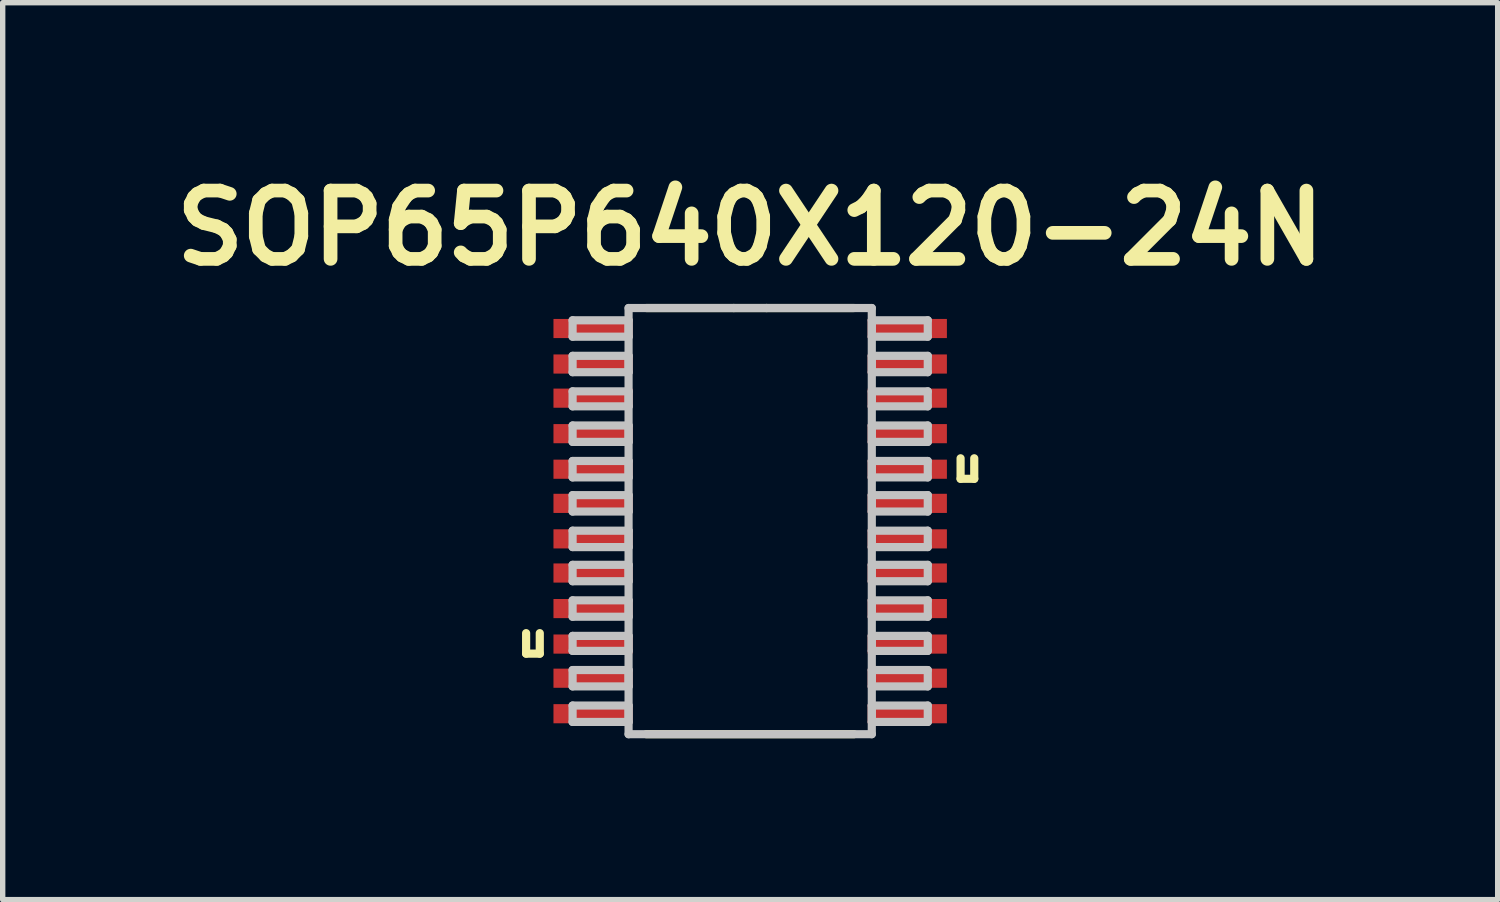
<source format=kicad_pcb>
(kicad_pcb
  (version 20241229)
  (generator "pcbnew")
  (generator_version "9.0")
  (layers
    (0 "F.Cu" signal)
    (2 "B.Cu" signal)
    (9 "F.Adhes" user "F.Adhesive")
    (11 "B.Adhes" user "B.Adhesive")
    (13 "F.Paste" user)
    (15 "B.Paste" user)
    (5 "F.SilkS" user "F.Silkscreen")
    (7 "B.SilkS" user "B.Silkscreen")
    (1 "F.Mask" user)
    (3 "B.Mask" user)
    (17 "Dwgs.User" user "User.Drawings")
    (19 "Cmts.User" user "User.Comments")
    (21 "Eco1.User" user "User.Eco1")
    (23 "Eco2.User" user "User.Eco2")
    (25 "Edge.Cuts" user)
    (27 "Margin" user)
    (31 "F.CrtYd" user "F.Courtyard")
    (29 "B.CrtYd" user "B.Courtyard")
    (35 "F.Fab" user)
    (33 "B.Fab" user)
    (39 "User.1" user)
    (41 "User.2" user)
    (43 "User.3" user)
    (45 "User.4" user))
  (footprint "SOP65P640X120-24N"
    (layer "F.Cu")
    (at 10.898 6.639)
    (property "Reference" "SOP65P640X120-24N" (at 0 -5.45 0) (layer "F.SilkS") (effects (font (size 1.27 1.27) (thickness 0.254))))
    (attr smd)
    (fp_line (start -4.166 2.083) (end -4.166 2.464) (stroke (width 0.152) (type solid)) (layer "F.SilkS"))
    (fp_line (start -4.166 2.464) (end -3.912 2.464) (stroke (width 0.152) (type solid)) (layer "F.SilkS"))
    (fp_line (start -3.912 2.464) (end -3.912 2.083) (stroke (width 0.152) (type solid)) (layer "F.SilkS"))
    (fp_line (start -1.93 3.962) (end 1.93 3.962) (stroke (width 0.152) (type solid)) (layer "F.SilkS"))
    (fp_line (start -0.305 -3.962) (end -1.93 -3.962) (stroke (width 0.152) (type solid)) (layer "F.SilkS"))
    (fp_line (start 0.305 -3.962) (end -0.305 -3.962) (stroke (width 0.152) (type solid)) (layer "F.SilkS"))
    (fp_line (start 1.93 -3.962) (end 0.305 -3.962) (stroke (width 0.152) (type solid)) (layer "F.SilkS"))
    (fp_line (start 3.912 -0.787) (end 3.912 -1.168) (stroke (width 0.152) (type solid)) (layer "F.SilkS"))
    (fp_line (start 4.166 -1.168) (end 4.166 -0.787) (stroke (width 0.152) (type solid)) (layer "F.SilkS"))
    (fp_line (start 4.166 -0.787) (end 3.912 -0.787) (stroke (width 0.152) (type solid)) (layer "F.SilkS"))
    (fp_line (start -3.302 -3.734) (end -3.302 -3.429) (stroke (width 0.152) (type solid)) (layer "Dwgs.User"))
    (fp_line (start -3.302 -3.429) (end -2.261 -3.429) (stroke (width 0.152) (type solid)) (layer "Dwgs.User"))
    (fp_line (start -3.302 -3.073) (end -3.302 -2.769) (stroke (width 0.152) (type solid)) (layer "Dwgs.User"))
    (fp_line (start -3.302 -2.769) (end -2.261 -2.769) (stroke (width 0.152) (type solid)) (layer "Dwgs.User"))
    (fp_line (start -3.302 -2.413) (end -3.302 -2.134) (stroke (width 0.152) (type solid)) (layer "Dwgs.User"))
    (fp_line (start -3.302 -2.134) (end -2.261 -2.134) (stroke (width 0.152) (type solid)) (layer "Dwgs.User"))
    (fp_line (start -3.302 -1.778) (end -3.302 -1.473) (stroke (width 0.152) (type solid)) (layer "Dwgs.User"))
    (fp_line (start -3.302 -1.473) (end -2.261 -1.473) (stroke (width 0.152) (type solid)) (layer "Dwgs.User"))
    (fp_line (start -3.302 -1.118) (end -3.302 -0.813) (stroke (width 0.152) (type solid)) (layer "Dwgs.User"))
    (fp_line (start -3.302 -0.813) (end -2.261 -0.813) (stroke (width 0.152) (type solid)) (layer "Dwgs.User"))
    (fp_line (start -3.302 -0.483) (end -3.302 -0.178) (stroke (width 0.152) (type solid)) (layer "Dwgs.User"))
    (fp_line (start -3.302 -0.178) (end -2.261 -0.178) (stroke (width 0.152) (type solid)) (layer "Dwgs.User"))
    (fp_line (start -3.302 0.178) (end -3.302 0.483) (stroke (width 0.152) (type solid)) (layer "Dwgs.User"))
    (fp_line (start -3.302 0.483) (end -2.261 0.483) (stroke (width 0.152) (type solid)) (layer "Dwgs.User"))
    (fp_line (start -3.302 0.813) (end -3.302 1.118) (stroke (width 0.152) (type solid)) (layer "Dwgs.User"))
    (fp_line (start -3.302 1.118) (end -2.261 1.118) (stroke (width 0.152) (type solid)) (layer "Dwgs.User"))
    (fp_line (start -3.302 1.473) (end -3.302 1.778) (stroke (width 0.152) (type solid)) (layer "Dwgs.User"))
    (fp_line (start -3.302 1.778) (end -2.261 1.778) (stroke (width 0.152) (type solid)) (layer "Dwgs.User"))
    (fp_line (start -3.302 2.134) (end -3.302 2.413) (stroke (width 0.152) (type solid)) (layer "Dwgs.User"))
    (fp_line (start -3.302 2.413) (end -2.261 2.413) (stroke (width 0.152) (type solid)) (layer "Dwgs.User"))
    (fp_line (start -3.302 2.769) (end -3.302 3.073) (stroke (width 0.152) (type solid)) (layer "Dwgs.User"))
    (fp_line (start -3.302 3.073) (end -2.261 3.073) (stroke (width 0.152) (type solid)) (layer "Dwgs.User"))
    (fp_line (start -3.302 3.429) (end -3.302 3.734) (stroke (width 0.152) (type solid)) (layer "Dwgs.User"))
    (fp_line (start -3.302 3.734) (end -2.261 3.734) (stroke (width 0.152) (type solid)) (layer "Dwgs.User"))
    (fp_line (start -2.261 -3.962) (end -2.261 3.962) (stroke (width 0.152) (type solid)) (layer "Dwgs.User"))
    (fp_line (start -2.261 -3.734) (end -3.302 -3.734) (stroke (width 0.152) (type solid)) (layer "Dwgs.User"))
    (fp_line (start -2.261 -3.429) (end -2.261 -3.734) (stroke (width 0.152) (type solid)) (layer "Dwgs.User"))
    (fp_line (start -2.261 -3.073) (end -3.302 -3.073) (stroke (width 0.152) (type solid)) (layer "Dwgs.User"))
    (fp_line (start -2.261 -2.769) (end -2.261 -3.073) (stroke (width 0.152) (type solid)) (layer "Dwgs.User"))
    (fp_line (start -2.261 -2.413) (end -3.302 -2.413) (stroke (width 0.152) (type solid)) (layer "Dwgs.User"))
    (fp_line (start -2.261 -2.134) (end -2.261 -2.413) (stroke (width 0.152) (type solid)) (layer "Dwgs.User"))
    (fp_line (start -2.261 -1.778) (end -3.302 -1.778) (stroke (width 0.152) (type solid)) (layer "Dwgs.User"))
    (fp_line (start -2.261 -1.473) (end -2.261 -1.778) (stroke (width 0.152) (type solid)) (layer "Dwgs.User"))
    (fp_line (start -2.261 -1.118) (end -3.302 -1.118) (stroke (width 0.152) (type solid)) (layer "Dwgs.User"))
    (fp_line (start -2.261 -0.813) (end -2.261 -1.118) (stroke (width 0.152) (type solid)) (layer "Dwgs.User"))
    (fp_line (start -2.261 -0.483) (end -3.302 -0.483) (stroke (width 0.152) (type solid)) (layer "Dwgs.User"))
    (fp_line (start -2.261 -0.178) (end -2.261 -0.483) (stroke (width 0.152) (type solid)) (layer "Dwgs.User"))
    (fp_line (start -2.261 0.178) (end -3.302 0.178) (stroke (width 0.152) (type solid)) (layer "Dwgs.User"))
    (fp_line (start -2.261 0.483) (end -2.261 0.178) (stroke (width 0.152) (type solid)) (layer "Dwgs.User"))
    (fp_line (start -2.261 0.813) (end -3.302 0.813) (stroke (width 0.152) (type solid)) (layer "Dwgs.User"))
    (fp_line (start -2.261 1.118) (end -2.261 0.813) (stroke (width 0.152) (type solid)) (layer "Dwgs.User"))
    (fp_line (start -2.261 1.473) (end -3.302 1.473) (stroke (width 0.152) (type solid)) (layer "Dwgs.User"))
    (fp_line (start -2.261 1.778) (end -2.261 1.473) (stroke (width 0.152) (type solid)) (layer "Dwgs.User"))
    (fp_line (start -2.261 2.134) (end -3.302 2.134) (stroke (width 0.152) (type solid)) (layer "Dwgs.User"))
    (fp_line (start -2.261 2.413) (end -2.261 2.134) (stroke (width 0.152) (type solid)) (layer "Dwgs.User"))
    (fp_line (start -2.261 2.769) (end -3.302 2.769) (stroke (width 0.152) (type solid)) (layer "Dwgs.User"))
    (fp_line (start -2.261 3.073) (end -2.261 2.769) (stroke (width 0.152) (type solid)) (layer "Dwgs.User"))
    (fp_line (start -2.261 3.429) (end -3.302 3.429) (stroke (width 0.152) (type solid)) (layer "Dwgs.User"))
    (fp_line (start -2.261 3.734) (end -2.261 3.429) (stroke (width 0.152) (type solid)) (layer "Dwgs.User"))
    (fp_line (start -2.261 3.962) (end 2.261 3.962) (stroke (width 0.152) (type solid)) (layer "Dwgs.User"))
    (fp_line (start -0.305 -3.962) (end -2.261 -3.962) (stroke (width 0.152) (type solid)) (layer "Dwgs.User"))
    (fp_line (start 0.305 -3.962) (end -0.305 -3.962) (stroke (width 0.152) (type solid)) (layer "Dwgs.User"))
    (fp_line (start 2.261 -3.962) (end 0.305 -3.962) (stroke (width 0.152) (type solid)) (layer "Dwgs.User"))
    (fp_line (start 2.261 -3.734) (end 2.261 -3.429) (stroke (width 0.152) (type solid)) (layer "Dwgs.User"))
    (fp_line (start 2.261 -3.429) (end 3.302 -3.429) (stroke (width 0.152) (type solid)) (layer "Dwgs.User"))
    (fp_line (start 2.261 -3.073) (end 2.261 -2.769) (stroke (width 0.152) (type solid)) (layer "Dwgs.User"))
    (fp_line (start 2.261 -2.769) (end 3.302 -2.769) (stroke (width 0.152) (type solid)) (layer "Dwgs.User"))
    (fp_line (start 2.261 -2.413) (end 2.261 -2.134) (stroke (width 0.152) (type solid)) (layer "Dwgs.User"))
    (fp_line (start 2.261 -2.134) (end 3.302 -2.134) (stroke (width 0.152) (type solid)) (layer "Dwgs.User"))
    (fp_line (start 2.261 -1.778) (end 2.261 -1.473) (stroke (width 0.152) (type solid)) (layer "Dwgs.User"))
    (fp_line (start 2.261 -1.473) (end 3.302 -1.473) (stroke (width 0.152) (type solid)) (layer "Dwgs.User"))
    (fp_line (start 2.261 -1.118) (end 2.261 -0.813) (stroke (width 0.152) (type solid)) (layer "Dwgs.User"))
    (fp_line (start 2.261 -0.813) (end 3.302 -0.813) (stroke (width 0.152) (type solid)) (layer "Dwgs.User"))
    (fp_line (start 2.261 -0.483) (end 2.261 -0.178) (stroke (width 0.152) (type solid)) (layer "Dwgs.User"))
    (fp_line (start 2.261 -0.178) (end 3.302 -0.178) (stroke (width 0.152) (type solid)) (layer "Dwgs.User"))
    (fp_line (start 2.261 0.178) (end 2.261 0.483) (stroke (width 0.152) (type solid)) (layer "Dwgs.User"))
    (fp_line (start 2.261 0.483) (end 3.302 0.483) (stroke (width 0.152) (type solid)) (layer "Dwgs.User"))
    (fp_line (start 2.261 0.813) (end 2.261 1.118) (stroke (width 0.152) (type solid)) (layer "Dwgs.User"))
    (fp_line (start 2.261 1.118) (end 3.302 1.118) (stroke (width 0.152) (type solid)) (layer "Dwgs.User"))
    (fp_line (start 2.261 1.473) (end 2.261 1.778) (stroke (width 0.152) (type solid)) (layer "Dwgs.User"))
    (fp_line (start 2.261 1.778) (end 3.302 1.778) (stroke (width 0.152) (type solid)) (layer "Dwgs.User"))
    (fp_line (start 2.261 2.134) (end 2.261 2.413) (stroke (width 0.152) (type solid)) (layer "Dwgs.User"))
    (fp_line (start 2.261 2.413) (end 3.302 2.413) (stroke (width 0.152) (type solid)) (layer "Dwgs.User"))
    (fp_line (start 2.261 2.769) (end 2.261 3.073) (stroke (width 0.152) (type solid)) (layer "Dwgs.User"))
    (fp_line (start 2.261 3.073) (end 3.302 3.073) (stroke (width 0.152) (type solid)) (layer "Dwgs.User"))
    (fp_line (start 2.261 3.429) (end 2.261 3.734) (stroke (width 0.152) (type solid)) (layer "Dwgs.User"))
    (fp_line (start 2.261 3.734) (end 3.302 3.734) (stroke (width 0.152) (type solid)) (layer "Dwgs.User"))
    (fp_line (start 2.261 3.962) (end 2.261 -3.962) (stroke (width 0.152) (type solid)) (layer "Dwgs.User"))
    (fp_line (start 3.302 -3.734) (end 2.261 -3.734) (stroke (width 0.152) (type solid)) (layer "Dwgs.User"))
    (fp_line (start 3.302 -3.429) (end 3.302 -3.734) (stroke (width 0.152) (type solid)) (layer "Dwgs.User"))
    (fp_line (start 3.302 -3.073) (end 2.261 -3.073) (stroke (width 0.152) (type solid)) (layer "Dwgs.User"))
    (fp_line (start 3.302 -2.769) (end 3.302 -3.073) (stroke (width 0.152) (type solid)) (layer "Dwgs.User"))
    (fp_line (start 3.302 -2.413) (end 2.261 -2.413) (stroke (width 0.152) (type solid)) (layer "Dwgs.User"))
    (fp_line (start 3.302 -2.134) (end 3.302 -2.413) (stroke (width 0.152) (type solid)) (layer "Dwgs.User"))
    (fp_line (start 3.302 -1.778) (end 2.261 -1.778) (stroke (width 0.152) (type solid)) (layer "Dwgs.User"))
    (fp_line (start 3.302 -1.473) (end 3.302 -1.778) (stroke (width 0.152) (type solid)) (layer "Dwgs.User"))
    (fp_line (start 3.302 -1.118) (end 2.261 -1.118) (stroke (width 0.152) (type solid)) (layer "Dwgs.User"))
    (fp_line (start 3.302 -0.813) (end 3.302 -1.118) (stroke (width 0.152) (type solid)) (layer "Dwgs.User"))
    (fp_line (start 3.302 -0.483) (end 2.261 -0.483) (stroke (width 0.152) (type solid)) (layer "Dwgs.User"))
    (fp_line (start 3.302 -0.178) (end 3.302 -0.483) (stroke (width 0.152) (type solid)) (layer "Dwgs.User"))
    (fp_line (start 3.302 0.178) (end 2.261 0.178) (stroke (width 0.152) (type solid)) (layer "Dwgs.User"))
    (fp_line (start 3.302 0.483) (end 3.302 0.178) (stroke (width 0.152) (type solid)) (layer "Dwgs.User"))
    (fp_line (start 3.302 0.813) (end 2.261 0.813) (stroke (width 0.152) (type solid)) (layer "Dwgs.User"))
    (fp_line (start 3.302 1.118) (end 3.302 0.813) (stroke (width 0.152) (type solid)) (layer "Dwgs.User"))
    (fp_line (start 3.302 1.473) (end 2.261 1.473) (stroke (width 0.152) (type solid)) (layer "Dwgs.User"))
    (fp_line (start 3.302 1.778) (end 3.302 1.473) (stroke (width 0.152) (type solid)) (layer "Dwgs.User"))
    (fp_line (start 3.302 2.134) (end 2.261 2.134) (stroke (width 0.152) (type solid)) (layer "Dwgs.User"))
    (fp_line (start 3.302 2.413) (end 3.302 2.134) (stroke (width 0.152) (type solid)) (layer "Dwgs.User"))
    (fp_line (start 3.302 2.769) (end 2.261 2.769) (stroke (width 0.152) (type solid)) (layer "Dwgs.User"))
    (fp_line (start 3.302 3.073) (end 3.302 2.769) (stroke (width 0.152) (type solid)) (layer "Dwgs.User"))
    (fp_line (start 3.302 3.429) (end 2.261 3.429) (stroke (width 0.152) (type solid)) (layer "Dwgs.User"))
    (fp_line (start 3.302 3.734) (end 3.302 3.429) (stroke (width 0.152) (type solid)) (layer "Dwgs.User"))
    (pad "1" smd rect (at -2.921 -3.581 90) (size 0.356 1.473) (layers "F.Cu" "F.Mask" "F.Paste"))
    (pad "2" smd rect (at -2.921 -2.921 90) (size 0.356 1.473) (layers "F.Cu" "F.Mask" "F.Paste"))
    (pad "3" smd rect (at -2.921 -2.286 90) (size 0.356 1.473) (layers "F.Cu" "F.Mask" "F.Paste"))
    (pad "4" smd rect (at -2.921 -1.626 90) (size 0.356 1.473) (layers "F.Cu" "F.Mask" "F.Paste"))
    (pad "5" smd rect (at -2.921 -0.965 90) (size 0.356 1.473) (layers "F.Cu" "F.Mask" "F.Paste"))
    (pad "6" smd rect (at -2.921 -0.33 90) (size 0.356 1.473) (layers "F.Cu" "F.Mask" "F.Paste"))
    (pad "7" smd rect (at -2.921 0.33 90) (size 0.356 1.473) (layers "F.Cu" "F.Mask" "F.Paste"))
    (pad "8" smd rect (at -2.921 0.965 90) (size 0.356 1.473) (layers "F.Cu" "F.Mask" "F.Paste"))
    (pad "9" smd rect (at -2.921 1.626 90) (size 0.356 1.473) (layers "F.Cu" "F.Mask" "F.Paste"))
    (pad "10" smd rect (at -2.921 2.286 90) (size 0.356 1.473) (layers "F.Cu" "F.Mask" "F.Paste"))
    (pad "11" smd rect (at -2.921 2.921 90) (size 0.356 1.473) (layers "F.Cu" "F.Mask" "F.Paste"))
    (pad "12" smd rect (at -2.921 3.581 90) (size 0.356 1.473) (layers "F.Cu" "F.Mask" "F.Paste"))
    (pad "13" smd rect (at 2.921 3.581 90) (size 0.356 1.473) (layers "F.Cu" "F.Mask" "F.Paste"))
    (pad "14" smd rect (at 2.921 2.921 90) (size 0.356 1.473) (layers "F.Cu" "F.Mask" "F.Paste"))
    (pad "15" smd rect (at 2.921 2.286 90) (size 0.356 1.473) (layers "F.Cu" "F.Mask" "F.Paste"))
    (pad "16" smd rect (at 2.921 1.626 90) (size 0.356 1.473) (layers "F.Cu" "F.Mask" "F.Paste"))
    (pad "17" smd rect (at 2.921 0.965 90) (size 0.356 1.473) (layers "F.Cu" "F.Mask" "F.Paste"))
    (pad "18" smd rect (at 2.921 0.33 90) (size 0.356 1.473) (layers "F.Cu" "F.Mask" "F.Paste"))
    (pad "19" smd rect (at 2.921 -0.33 90) (size 0.356 1.473) (layers "F.Cu" "F.Mask" "F.Paste"))
    (pad "20" smd rect (at 2.921 -0.965 90) (size 0.356 1.473) (layers "F.Cu" "F.Mask" "F.Paste"))
    (pad "21" smd rect (at 2.921 -1.626 90) (size 0.356 1.473) (layers "F.Cu" "F.Mask" "F.Paste"))
    (pad "22" smd rect (at 2.921 -2.286 90) (size 0.356 1.473) (layers "F.Cu" "F.Mask" "F.Paste"))
    (pad "23" smd rect (at 2.921 -2.921 90) (size 0.356 1.473) (layers "F.Cu" "F.Mask" "F.Paste"))
    (pad "24" smd rect (at 2.921 -3.581 90) (size 0.356 1.473) (layers "F.Cu" "F.Mask" "F.Paste")))
  (gr_rect
    (start -3 -3)
    (end 24.796 13.677)
    (stroke (width 0.1) (type default))
    (fill no)
    (layer "Edge.Cuts")))
</source>
